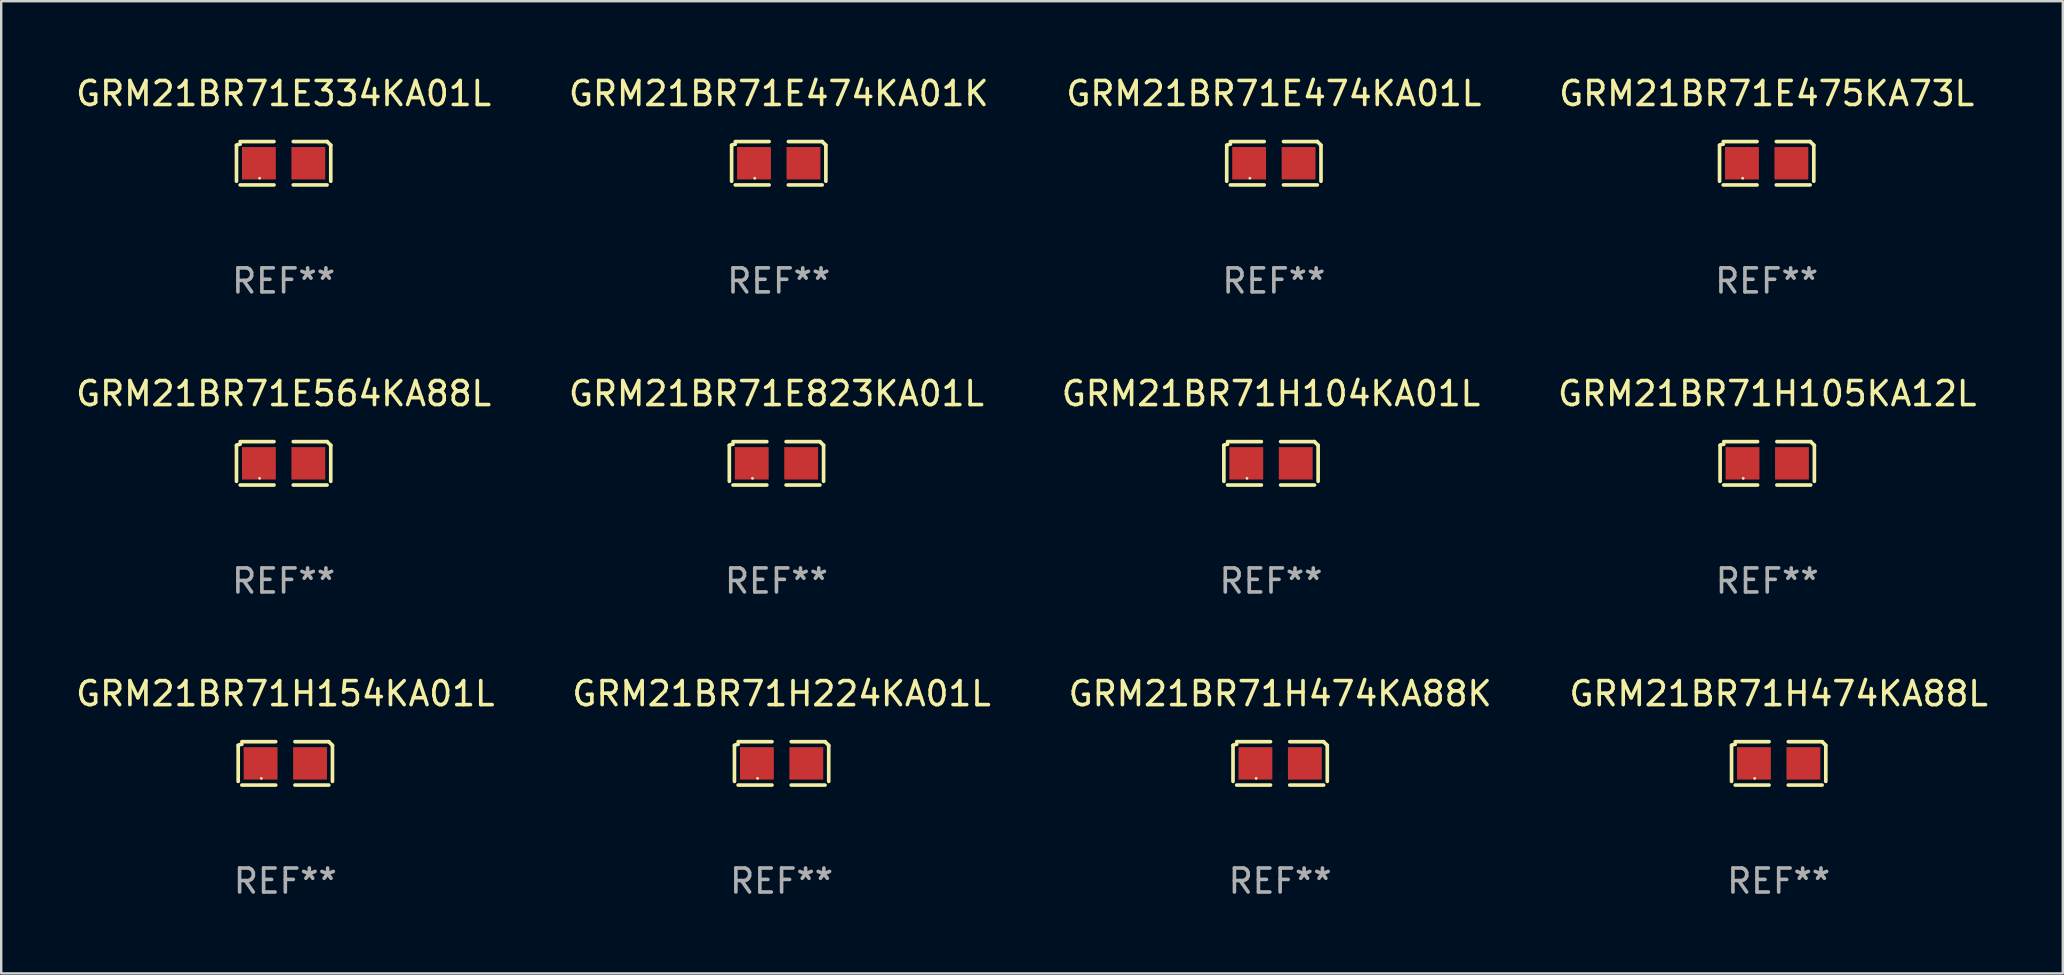
<source format=kicad_pcb>
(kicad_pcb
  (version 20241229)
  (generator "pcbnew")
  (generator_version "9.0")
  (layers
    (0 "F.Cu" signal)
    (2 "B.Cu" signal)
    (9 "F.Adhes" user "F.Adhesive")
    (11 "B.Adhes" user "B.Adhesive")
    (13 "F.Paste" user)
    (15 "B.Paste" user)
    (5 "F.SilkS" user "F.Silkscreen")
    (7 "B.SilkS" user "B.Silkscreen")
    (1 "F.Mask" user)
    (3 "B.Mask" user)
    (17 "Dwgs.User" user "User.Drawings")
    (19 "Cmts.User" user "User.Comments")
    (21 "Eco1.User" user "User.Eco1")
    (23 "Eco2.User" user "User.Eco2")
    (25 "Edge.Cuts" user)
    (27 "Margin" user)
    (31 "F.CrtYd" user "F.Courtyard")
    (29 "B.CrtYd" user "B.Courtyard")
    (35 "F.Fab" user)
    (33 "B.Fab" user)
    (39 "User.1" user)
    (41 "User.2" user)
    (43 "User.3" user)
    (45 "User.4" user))
  (footprint "GRM21BR71E475KA73L"
    (layer "F.Cu")
    (at 70.565 3.752)
    (property "Reference" "GRM21BR71E475KA73L" (at 0 -2.904 0) (layer "F.SilkS") (effects (font (size 1 1) (thickness 0.15))))
    (attr through_hole)
    (fp_line (start -1.964 0.751) (end -1.964 -0.751) (stroke (width 0.152) (type solid)) (layer "F.SilkS"))
    (fp_line (start -1.811 -0.904) (end -0.401 -0.904) (stroke (width 0.152) (type solid)) (layer "F.SilkS"))
    (fp_line (start -0.401 0.904) (end -1.811 0.904) (stroke (width 0.152) (type solid)) (layer "F.SilkS"))
    (fp_line (start 0.401 0.904) (end 1.811 0.904) (stroke (width 0.152) (type solid)) (layer "F.SilkS"))
    (fp_line (start 1.811 -0.904) (end 0.401 -0.904) (stroke (width 0.152) (type solid)) (layer "F.SilkS"))
    (fp_line (start 1.964 0.751) (end 1.964 -0.751) (stroke (width 0.152) (type solid)) (layer "F.SilkS"))
    (fp_arc (start -1.963602 -0.751207) (mid -1.890354 -0.783131) (end -1.811201 -0.794044) (stroke (width 0.1524) (type solid)) (layer "F.SilkS"))
    (fp_arc (start 1.811202 -0.903607) (mid 1.887413 -0.827418) (end 1.963602 -0.751207) (stroke (width 0.1524) (type solid)) (layer "F.SilkS"))
    (fp_circle (center -1 0.625) (end -0.97 0.625) (stroke (width 0.06) (type solid)) (fill no) (layer "F.SilkS"))
    (fp_text user "REF**" (at 0 4.904 0) (layer "F.Fab") (effects (font (size 1 1) (thickness 0.15))))
    (pad "1" smd rect (at -1.03 0) (size 1.41 1.35) (layers "F.Cu" "F.Mask" "F.Paste"))
    (pad "2" smd rect (at 1.03 0) (size 1.41 1.35) (layers "F.Cu" "F.Mask" "F.Paste")))
  (footprint "GRM21BR71H474KA88L"
    (layer "F.Cu")
    (at 71.065 28.759)
    (property "Reference" "GRM21BR71H474KA88L" (at 0 -2.904 0) (layer "F.SilkS") (effects (font (size 1 1) (thickness 0.15))))
    (attr through_hole)
    (fp_line (start -1.964 0.751) (end -1.964 -0.751) (stroke (width 0.152) (type solid)) (layer "F.SilkS"))
    (fp_line (start -1.811 -0.904) (end -0.401 -0.904) (stroke (width 0.152) (type solid)) (layer "F.SilkS"))
    (fp_line (start -0.401 0.904) (end -1.811 0.904) (stroke (width 0.152) (type solid)) (layer "F.SilkS"))
    (fp_line (start 0.401 0.904) (end 1.811 0.904) (stroke (width 0.152) (type solid)) (layer "F.SilkS"))
    (fp_line (start 1.811 -0.904) (end 0.401 -0.904) (stroke (width 0.152) (type solid)) (layer "F.SilkS"))
    (fp_line (start 1.964 0.751) (end 1.964 -0.751) (stroke (width 0.152) (type solid)) (layer "F.SilkS"))
    (fp_arc (start -1.963602 -0.751207) (mid -1.890354 -0.783131) (end -1.811201 -0.794044) (stroke (width 0.1524) (type solid)) (layer "F.SilkS"))
    (fp_arc (start 1.811202 -0.903607) (mid 1.887413 -0.827418) (end 1.963602 -0.751207) (stroke (width 0.1524) (type solid)) (layer "F.SilkS"))
    (fp_circle (center -1 0.625) (end -0.97 0.625) (stroke (width 0.06) (type solid)) (fill no) (layer "F.SilkS"))
    (fp_text user "REF**" (at 0 4.904 0) (layer "F.Fab") (effects (font (size 1 1) (thickness 0.15))))
    (pad "1" smd rect (at -1.03 0) (size 1.41 1.35) (layers "F.Cu" "F.Mask" "F.Paste"))
    (pad "2" smd rect (at 1.03 0) (size 1.41 1.35) (layers "F.Cu" "F.Mask" "F.Paste")))
  (footprint "GRM21BR71E564KA88L"
    (layer "F.Cu")
    (at 8.768 16.256)
    (property "Reference" "GRM21BR71E564KA88L" (at 0 -2.904 0) (layer "F.SilkS") (effects (font (size 1 1) (thickness 0.15))))
    (attr through_hole)
    (fp_line (start -1.964 0.751) (end -1.964 -0.751) (stroke (width 0.152) (type solid)) (layer "F.SilkS"))
    (fp_line (start -1.811 -0.904) (end -0.401 -0.904) (stroke (width 0.152) (type solid)) (layer "F.SilkS"))
    (fp_line (start -0.401 0.904) (end -1.811 0.904) (stroke (width 0.152) (type solid)) (layer "F.SilkS"))
    (fp_line (start 0.401 0.904) (end 1.811 0.904) (stroke (width 0.152) (type solid)) (layer "F.SilkS"))
    (fp_line (start 1.811 -0.904) (end 0.401 -0.904) (stroke (width 0.152) (type solid)) (layer "F.SilkS"))
    (fp_line (start 1.964 0.751) (end 1.964 -0.751) (stroke (width 0.152) (type solid)) (layer "F.SilkS"))
    (fp_arc (start -1.963602 -0.751207) (mid -1.890354 -0.783131) (end -1.811201 -0.794044) (stroke (width 0.1524) (type solid)) (layer "F.SilkS"))
    (fp_arc (start 1.811202 -0.903607) (mid 1.887413 -0.827418) (end 1.963602 -0.751207) (stroke (width 0.1524) (type solid)) (layer "F.SilkS"))
    (fp_circle (center -1 0.625) (end -0.97 0.625) (stroke (width 0.06) (type solid)) (fill no) (layer "F.SilkS"))
    (fp_text user "REF**" (at 0 4.904 0) (layer "F.Fab") (effects (font (size 1 1) (thickness 0.15))))
    (pad "1" smd rect (at -1.03 0) (size 1.41 1.35) (layers "F.Cu" "F.Mask" "F.Paste"))
    (pad "2" smd rect (at 1.03 0) (size 1.41 1.35) (layers "F.Cu" "F.Mask" "F.Paste")))
  (footprint "GRM21BR71H104KA01L"
    (layer "F.Cu")
    (at 49.911 16.256)
    (property "Reference" "GRM21BR71H104KA01L" (at 0 -2.904 0) (layer "F.SilkS") (effects (font (size 1 1) (thickness 0.15))))
    (attr through_hole)
    (fp_line (start -1.964 0.751) (end -1.964 -0.751) (stroke (width 0.152) (type solid)) (layer "F.SilkS"))
    (fp_line (start -1.811 -0.904) (end -0.401 -0.904) (stroke (width 0.152) (type solid)) (layer "F.SilkS"))
    (fp_line (start -0.401 0.904) (end -1.811 0.904) (stroke (width 0.152) (type solid)) (layer "F.SilkS"))
    (fp_line (start 0.401 0.904) (end 1.811 0.904) (stroke (width 0.152) (type solid)) (layer "F.SilkS"))
    (fp_line (start 1.811 -0.904) (end 0.401 -0.904) (stroke (width 0.152) (type solid)) (layer "F.SilkS"))
    (fp_line (start 1.964 0.751) (end 1.964 -0.751) (stroke (width 0.152) (type solid)) (layer "F.SilkS"))
    (fp_arc (start -1.963602 -0.751207) (mid -1.890354 -0.783131) (end -1.811201 -0.794044) (stroke (width 0.1524) (type solid)) (layer "F.SilkS"))
    (fp_arc (start 1.811202 -0.903607) (mid 1.887413 -0.827418) (end 1.963602 -0.751207) (stroke (width 0.1524) (type solid)) (layer "F.SilkS"))
    (fp_circle (center -1 0.625) (end -0.97 0.625) (stroke (width 0.06) (type solid)) (fill no) (layer "F.SilkS"))
    (fp_text user "REF**" (at 0 4.904 0) (layer "F.Fab") (effects (font (size 1 1) (thickness 0.15))))
    (pad "1" smd rect (at -1.03 0) (size 1.41 1.35) (layers "F.Cu" "F.Mask" "F.Paste"))
    (pad "2" smd rect (at 1.03 0) (size 1.41 1.35) (layers "F.Cu" "F.Mask" "F.Paste")))
  (footprint "GRM21BR71H474KA88K"
    (layer "F.Cu")
    (at 50.292 28.759)
    (property "Reference" "GRM21BR71H474KA88K" (at 0 -2.904 0) (layer "F.SilkS") (effects (font (size 1 1) (thickness 0.15))))
    (attr through_hole)
    (fp_line (start -1.964 0.751) (end -1.964 -0.751) (stroke (width 0.152) (type solid)) (layer "F.SilkS"))
    (fp_line (start -1.811 -0.904) (end -0.401 -0.904) (stroke (width 0.152) (type solid)) (layer "F.SilkS"))
    (fp_line (start -0.401 0.904) (end -1.811 0.904) (stroke (width 0.152) (type solid)) (layer "F.SilkS"))
    (fp_line (start 0.401 0.904) (end 1.811 0.904) (stroke (width 0.152) (type solid)) (layer "F.SilkS"))
    (fp_line (start 1.811 -0.904) (end 0.401 -0.904) (stroke (width 0.152) (type solid)) (layer "F.SilkS"))
    (fp_line (start 1.964 0.751) (end 1.964 -0.751) (stroke (width 0.152) (type solid)) (layer "F.SilkS"))
    (fp_arc (start -1.963602 -0.751207) (mid -1.890354 -0.783131) (end -1.811201 -0.794044) (stroke (width 0.1524) (type solid)) (layer "F.SilkS"))
    (fp_arc (start 1.811202 -0.903607) (mid 1.887413 -0.827418) (end 1.963602 -0.751207) (stroke (width 0.1524) (type solid)) (layer "F.SilkS"))
    (fp_circle (center -1 0.625) (end -0.97 0.625) (stroke (width 0.06) (type solid)) (fill no) (layer "F.SilkS"))
    (fp_text user "REF**" (at 0 4.904 0) (layer "F.Fab") (effects (font (size 1 1) (thickness 0.15))))
    (pad "1" smd rect (at -1.03 0) (size 1.41 1.35) (layers "F.Cu" "F.Mask" "F.Paste"))
    (pad "2" smd rect (at 1.03 0) (size 1.41 1.35) (layers "F.Cu" "F.Mask" "F.Paste")))
  (footprint "GRM21BR71E474KA01K"
    (layer "F.Cu")
    (at 29.399 3.752)
    (property "Reference" "GRM21BR71E474KA01K" (at 0 -2.904 0) (layer "F.SilkS") (effects (font (size 1 1) (thickness 0.15))))
    (attr through_hole)
    (fp_line (start -1.964 0.751) (end -1.964 -0.751) (stroke (width 0.152) (type solid)) (layer "F.SilkS"))
    (fp_line (start -1.811 -0.904) (end -0.401 -0.904) (stroke (width 0.152) (type solid)) (layer "F.SilkS"))
    (fp_line (start -0.401 0.904) (end -1.811 0.904) (stroke (width 0.152) (type solid)) (layer "F.SilkS"))
    (fp_line (start 0.401 0.904) (end 1.811 0.904) (stroke (width 0.152) (type solid)) (layer "F.SilkS"))
    (fp_line (start 1.811 -0.904) (end 0.401 -0.904) (stroke (width 0.152) (type solid)) (layer "F.SilkS"))
    (fp_line (start 1.964 0.751) (end 1.964 -0.751) (stroke (width 0.152) (type solid)) (layer "F.SilkS"))
    (fp_arc (start -1.963602 -0.751207) (mid -1.890354 -0.783131) (end -1.811201 -0.794044) (stroke (width 0.1524) (type solid)) (layer "F.SilkS"))
    (fp_arc (start 1.811202 -0.903607) (mid 1.887413 -0.827418) (end 1.963602 -0.751207) (stroke (width 0.1524) (type solid)) (layer "F.SilkS"))
    (fp_circle (center -1 0.625) (end -0.97 0.625) (stroke (width 0.06) (type solid)) (fill no) (layer "F.SilkS"))
    (fp_text user "REF**" (at 0 4.904 0) (layer "F.Fab") (effects (font (size 1 1) (thickness 0.15))))
    (pad "1" smd rect (at -1.03 0) (size 1.41 1.35) (layers "F.Cu" "F.Mask" "F.Paste"))
    (pad "2" smd rect (at 1.03 0) (size 1.41 1.35) (layers "F.Cu" "F.Mask" "F.Paste")))
  (footprint "GRM21BR71H105KA12L"
    (layer "F.Cu")
    (at 70.589 16.256)
    (property "Reference" "GRM21BR71H105KA12L" (at 0 -2.904 0) (layer "F.SilkS") (effects (font (size 1 1) (thickness 0.15))))
    (attr through_hole)
    (fp_line (start -1.964 0.751) (end -1.964 -0.751) (stroke (width 0.152) (type solid)) (layer "F.SilkS"))
    (fp_line (start -1.811 -0.904) (end -0.401 -0.904) (stroke (width 0.152) (type solid)) (layer "F.SilkS"))
    (fp_line (start -0.401 0.904) (end -1.811 0.904) (stroke (width 0.152) (type solid)) (layer "F.SilkS"))
    (fp_line (start 0.401 0.904) (end 1.811 0.904) (stroke (width 0.152) (type solid)) (layer "F.SilkS"))
    (fp_line (start 1.811 -0.904) (end 0.401 -0.904) (stroke (width 0.152) (type solid)) (layer "F.SilkS"))
    (fp_line (start 1.964 0.751) (end 1.964 -0.751) (stroke (width 0.152) (type solid)) (layer "F.SilkS"))
    (fp_arc (start -1.963602 -0.751207) (mid -1.890354 -0.783131) (end -1.811201 -0.794044) (stroke (width 0.1524) (type solid)) (layer "F.SilkS"))
    (fp_arc (start 1.811202 -0.903607) (mid 1.887413 -0.827418) (end 1.963602 -0.751207) (stroke (width 0.1524) (type solid)) (layer "F.SilkS"))
    (fp_circle (center -1 0.625) (end -0.97 0.625) (stroke (width 0.06) (type solid)) (fill no) (layer "F.SilkS"))
    (fp_text user "REF**" (at 0 4.904 0) (layer "F.Fab") (effects (font (size 1 1) (thickness 0.15))))
    (pad "1" smd rect (at -1.03 0) (size 1.41 1.35) (layers "F.Cu" "F.Mask" "F.Paste"))
    (pad "2" smd rect (at 1.03 0) (size 1.41 1.35) (layers "F.Cu" "F.Mask" "F.Paste")))
  (footprint "GRM21BR71E474KA01L"
    (layer "F.Cu")
    (at 50.03 3.752)
    (property "Reference" "GRM21BR71E474KA01L" (at 0 -2.904 0) (layer "F.SilkS") (effects (font (size 1 1) (thickness 0.15))))
    (attr through_hole)
    (fp_line (start -1.964 0.751) (end -1.964 -0.751) (stroke (width 0.152) (type solid)) (layer "F.SilkS"))
    (fp_line (start -1.811 -0.904) (end -0.401 -0.904) (stroke (width 0.152) (type solid)) (layer "F.SilkS"))
    (fp_line (start -0.401 0.904) (end -1.811 0.904) (stroke (width 0.152) (type solid)) (layer "F.SilkS"))
    (fp_line (start 0.401 0.904) (end 1.811 0.904) (stroke (width 0.152) (type solid)) (layer "F.SilkS"))
    (fp_line (start 1.811 -0.904) (end 0.401 -0.904) (stroke (width 0.152) (type solid)) (layer "F.SilkS"))
    (fp_line (start 1.964 0.751) (end 1.964 -0.751) (stroke (width 0.152) (type solid)) (layer "F.SilkS"))
    (fp_arc (start -1.963602 -0.751207) (mid -1.890354 -0.783131) (end -1.811201 -0.794044) (stroke (width 0.1524) (type solid)) (layer "F.SilkS"))
    (fp_arc (start 1.811202 -0.903607) (mid 1.887413 -0.827418) (end 1.963602 -0.751207) (stroke (width 0.1524) (type solid)) (layer "F.SilkS"))
    (fp_circle (center -1 0.625) (end -0.97 0.625) (stroke (width 0.06) (type solid)) (fill no) (layer "F.SilkS"))
    (fp_text user "REF**" (at 0 4.904 0) (layer "F.Fab") (effects (font (size 1 1) (thickness 0.15))))
    (pad "1" smd rect (at -1.03 0) (size 1.41 1.35) (layers "F.Cu" "F.Mask" "F.Paste"))
    (pad "2" smd rect (at 1.03 0) (size 1.41 1.35) (layers "F.Cu" "F.Mask" "F.Paste")))
  (footprint "GRM21BR71E823KA01L"
    (layer "F.Cu")
    (at 29.304 16.256)
    (property "Reference" "GRM21BR71E823KA01L" (at 0 -2.904 0) (layer "F.SilkS") (effects (font (size 1 1) (thickness 0.15))))
    (attr through_hole)
    (fp_line (start -1.964 0.751) (end -1.964 -0.751) (stroke (width 0.152) (type solid)) (layer "F.SilkS"))
    (fp_line (start -1.811 -0.904) (end -0.401 -0.904) (stroke (width 0.152) (type solid)) (layer "F.SilkS"))
    (fp_line (start -0.401 0.904) (end -1.811 0.904) (stroke (width 0.152) (type solid)) (layer "F.SilkS"))
    (fp_line (start 0.401 0.904) (end 1.811 0.904) (stroke (width 0.152) (type solid)) (layer "F.SilkS"))
    (fp_line (start 1.811 -0.904) (end 0.401 -0.904) (stroke (width 0.152) (type solid)) (layer "F.SilkS"))
    (fp_line (start 1.964 0.751) (end 1.964 -0.751) (stroke (width 0.152) (type solid)) (layer "F.SilkS"))
    (fp_arc (start -1.963602 -0.751207) (mid -1.890354 -0.783131) (end -1.811201 -0.794044) (stroke (width 0.1524) (type solid)) (layer "F.SilkS"))
    (fp_arc (start 1.811202 -0.903607) (mid 1.887413 -0.827418) (end 1.963602 -0.751207) (stroke (width 0.1524) (type solid)) (layer "F.SilkS"))
    (fp_circle (center -1 0.625) (end -0.97 0.625) (stroke (width 0.06) (type solid)) (fill no) (layer "F.SilkS"))
    (fp_text user "REF**" (at 0 4.904 0) (layer "F.Fab") (effects (font (size 1 1) (thickness 0.15))))
    (pad "1" smd rect (at -1.03 0) (size 1.41 1.35) (layers "F.Cu" "F.Mask" "F.Paste"))
    (pad "2" smd rect (at 1.03 0) (size 1.41 1.35) (layers "F.Cu" "F.Mask" "F.Paste")))
  (footprint "GRM21BR71H224KA01L"
    (layer "F.Cu")
    (at 29.518 28.759)
    (property "Reference" "GRM21BR71H224KA01L" (at 0 -2.904 0) (layer "F.SilkS") (effects (font (size 1 1) (thickness 0.15))))
    (attr through_hole)
    (fp_line (start -1.964 0.751) (end -1.964 -0.751) (stroke (width 0.152) (type solid)) (layer "F.SilkS"))
    (fp_line (start -1.811 -0.904) (end -0.401 -0.904) (stroke (width 0.152) (type solid)) (layer "F.SilkS"))
    (fp_line (start -0.401 0.904) (end -1.811 0.904) (stroke (width 0.152) (type solid)) (layer "F.SilkS"))
    (fp_line (start 0.401 0.904) (end 1.811 0.904) (stroke (width 0.152) (type solid)) (layer "F.SilkS"))
    (fp_line (start 1.811 -0.904) (end 0.401 -0.904) (stroke (width 0.152) (type solid)) (layer "F.SilkS"))
    (fp_line (start 1.964 0.751) (end 1.964 -0.751) (stroke (width 0.152) (type solid)) (layer "F.SilkS"))
    (fp_arc (start -1.963602 -0.751207) (mid -1.890354 -0.783131) (end -1.811201 -0.794044) (stroke (width 0.1524) (type solid)) (layer "F.SilkS"))
    (fp_arc (start 1.811202 -0.903607) (mid 1.887413 -0.827418) (end 1.963602 -0.751207) (stroke (width 0.1524) (type solid)) (layer "F.SilkS"))
    (fp_circle (center -1 0.625) (end -0.97 0.625) (stroke (width 0.06) (type solid)) (fill no) (layer "F.SilkS"))
    (fp_text user "REF**" (at 0 4.904 0) (layer "F.Fab") (effects (font (size 1 1) (thickness 0.15))))
    (pad "1" smd rect (at -1.03 0) (size 1.41 1.35) (layers "F.Cu" "F.Mask" "F.Paste"))
    (pad "2" smd rect (at 1.03 0) (size 1.41 1.35) (layers "F.Cu" "F.Mask" "F.Paste")))
  (footprint "GRM21BR71H154KA01L"
    (layer "F.Cu")
    (at 8.839 28.759)
    (property "Reference" "GRM21BR71H154KA01L" (at 0 -2.904 0) (layer "F.SilkS") (effects (font (size 1 1) (thickness 0.15))))
    (attr through_hole)
    (fp_line (start -1.964 0.751) (end -1.964 -0.751) (stroke (width 0.152) (type solid)) (layer "F.SilkS"))
    (fp_line (start -1.811 -0.904) (end -0.401 -0.904) (stroke (width 0.152) (type solid)) (layer "F.SilkS"))
    (fp_line (start -0.401 0.904) (end -1.811 0.904) (stroke (width 0.152) (type solid)) (layer "F.SilkS"))
    (fp_line (start 0.401 0.904) (end 1.811 0.904) (stroke (width 0.152) (type solid)) (layer "F.SilkS"))
    (fp_line (start 1.811 -0.904) (end 0.401 -0.904) (stroke (width 0.152) (type solid)) (layer "F.SilkS"))
    (fp_line (start 1.964 0.751) (end 1.964 -0.751) (stroke (width 0.152) (type solid)) (layer "F.SilkS"))
    (fp_arc (start -1.963602 -0.751207) (mid -1.890354 -0.783131) (end -1.811201 -0.794044) (stroke (width 0.1524) (type solid)) (layer "F.SilkS"))
    (fp_arc (start 1.811202 -0.903607) (mid 1.887413 -0.827418) (end 1.963602 -0.751207) (stroke (width 0.1524) (type solid)) (layer "F.SilkS"))
    (fp_circle (center -1 0.625) (end -0.97 0.625) (stroke (width 0.06) (type solid)) (fill no) (layer "F.SilkS"))
    (fp_text user "REF**" (at 0 4.904 0) (layer "F.Fab") (effects (font (size 1 1) (thickness 0.15))))
    (pad "1" smd rect (at -1.03 0) (size 1.41 1.35) (layers "F.Cu" "F.Mask" "F.Paste"))
    (pad "2" smd rect (at 1.03 0) (size 1.41 1.35) (layers "F.Cu" "F.Mask" "F.Paste")))
  (footprint "GRM21BR71E334KA01L"
    (layer "F.Cu")
    (at 8.768 3.752)
    (property "Reference" "GRM21BR71E334KA01L" (at 0 -2.904 0) (layer "F.SilkS") (effects (font (size 1 1) (thickness 0.15))))
    (attr through_hole)
    (fp_line (start -1.964 0.751) (end -1.964 -0.751) (stroke (width 0.152) (type solid)) (layer "F.SilkS"))
    (fp_line (start -1.811 -0.904) (end -0.401 -0.904) (stroke (width 0.152) (type solid)) (layer "F.SilkS"))
    (fp_line (start -0.401 0.904) (end -1.811 0.904) (stroke (width 0.152) (type solid)) (layer "F.SilkS"))
    (fp_line (start 0.401 0.904) (end 1.811 0.904) (stroke (width 0.152) (type solid)) (layer "F.SilkS"))
    (fp_line (start 1.811 -0.904) (end 0.401 -0.904) (stroke (width 0.152) (type solid)) (layer "F.SilkS"))
    (fp_line (start 1.964 0.751) (end 1.964 -0.751) (stroke (width 0.152) (type solid)) (layer "F.SilkS"))
    (fp_arc (start -1.963602 -0.751207) (mid -1.890354 -0.783131) (end -1.811201 -0.794044) (stroke (width 0.1524) (type solid)) (layer "F.SilkS"))
    (fp_arc (start 1.811202 -0.903607) (mid 1.887413 -0.827418) (end 1.963602 -0.751207) (stroke (width 0.1524) (type solid)) (layer "F.SilkS"))
    (fp_circle (center -1 0.625) (end -0.97 0.625) (stroke (width 0.06) (type solid)) (fill no) (layer "F.SilkS"))
    (fp_text user "REF**" (at 0 4.904 0) (layer "F.Fab") (effects (font (size 1 1) (thickness 0.15))))
    (pad "1" smd rect (at -1.03 0) (size 1.41 1.35) (layers "F.Cu" "F.Mask" "F.Paste"))
    (pad "2" smd rect (at 1.03 0) (size 1.41 1.35) (layers "F.Cu" "F.Mask" "F.Paste")))
  (gr_rect
    (start -3 -3)
    (end 82.905 37.511)
    (stroke (width 0.1) (type default))
    (fill no)
    (layer "Edge.Cuts")))
</source>
